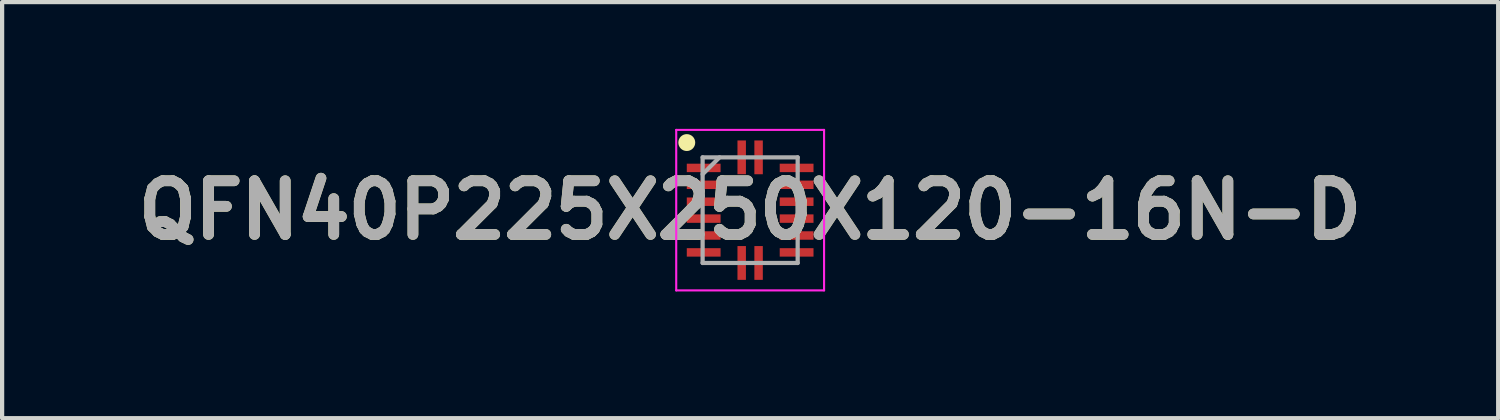
<source format=kicad_pcb>
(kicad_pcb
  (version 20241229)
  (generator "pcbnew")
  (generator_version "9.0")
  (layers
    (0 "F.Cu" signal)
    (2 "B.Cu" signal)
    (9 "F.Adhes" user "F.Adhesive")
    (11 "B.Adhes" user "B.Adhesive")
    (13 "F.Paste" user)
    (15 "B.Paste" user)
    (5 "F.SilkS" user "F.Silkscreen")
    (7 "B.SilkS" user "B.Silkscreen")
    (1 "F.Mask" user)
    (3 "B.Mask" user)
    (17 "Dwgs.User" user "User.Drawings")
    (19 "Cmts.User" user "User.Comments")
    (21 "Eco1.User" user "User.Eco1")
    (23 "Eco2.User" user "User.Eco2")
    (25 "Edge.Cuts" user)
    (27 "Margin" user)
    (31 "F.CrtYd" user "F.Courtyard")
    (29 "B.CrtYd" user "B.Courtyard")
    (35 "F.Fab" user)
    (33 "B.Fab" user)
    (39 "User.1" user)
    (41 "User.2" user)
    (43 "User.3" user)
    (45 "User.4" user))
  (footprint "QFN40P225X250X120-16N-D"
    (layer "F.Cu")
    (at 14.708 1.925)
    (property "Reference" "QFN40P225X250X120-16N-D" (at 0 0 0) (layer "F.SilkS") (effects (font (size 1.27 1.27) (thickness 0.254))))
    (attr smd)
    (fp_circle (center -1.5 -1.6) (end -1.5 -1.5) (stroke (width 0.2) (type solid)) (fill no) (layer "F.SilkS"))
    (fp_line (start -1.75 -1.9) (end 1.75 -1.9) (stroke (width 0.05) (type solid)) (layer "F.CrtYd"))
    (fp_line (start -1.75 1.9) (end -1.75 -1.9) (stroke (width 0.05) (type solid)) (layer "F.CrtYd"))
    (fp_line (start 1.75 -1.9) (end 1.75 1.9) (stroke (width 0.05) (type solid)) (layer "F.CrtYd"))
    (fp_line (start 1.75 1.9) (end -1.75 1.9) (stroke (width 0.05) (type solid)) (layer "F.CrtYd"))
    (fp_line (start -1.125 -1.25) (end 1.125 -1.25) (stroke (width 0.1) (type solid)) (layer "F.Fab"))
    (fp_line (start -1.125 -0.85) (end -0.725 -1.25) (stroke (width 0.1) (type solid)) (layer "F.Fab"))
    (fp_line (start -1.125 1.25) (end -1.125 -1.25) (stroke (width 0.1) (type solid)) (layer "F.Fab"))
    (fp_line (start 1.125 -1.25) (end 1.125 1.25) (stroke (width 0.1) (type solid)) (layer "F.Fab"))
    (fp_line (start 1.125 1.25) (end -1.125 1.25) (stroke (width 0.1) (type solid)) (layer "F.Fab"))
    (fp_text user "${REFERENCE}" (at 0 0 0) (layer "F.Fab") (effects (font (size 1.27 1.27) (thickness 0.254))))
    (pad "1" smd rect (at -1.1 -1 90) (size 0.2 0.8) (layers "F.Cu" "F.Mask" "F.Paste"))
    (pad "2" smd rect (at -1.1 -0.6 90) (size 0.2 0.8) (layers "F.Cu" "F.Mask" "F.Paste"))
    (pad "3" smd rect (at -1.1 -0.2 90) (size 0.2 0.8) (layers "F.Cu" "F.Mask" "F.Paste"))
    (pad "4" smd rect (at -1.1 0.2 90) (size 0.2 0.8) (layers "F.Cu" "F.Mask" "F.Paste"))
    (pad "5" smd rect (at -1.1 0.6 90) (size 0.2 0.8) (layers "F.Cu" "F.Mask" "F.Paste"))
    (pad "6" smd rect (at -1.1 1 90) (size 0.2 0.8) (layers "F.Cu" "F.Mask" "F.Paste"))
    (pad "7" smd rect (at -0.2 1.25) (size 0.2 0.8) (layers "F.Cu" "F.Mask" "F.Paste"))
    (pad "8" smd rect (at 0.2 1.25) (size 0.2 0.8) (layers "F.Cu" "F.Mask" "F.Paste"))
    (pad "9" smd rect (at 1.1 1 90) (size 0.2 0.8) (layers "F.Cu" "F.Mask" "F.Paste"))
    (pad "10" smd rect (at 1.1 0.6 90) (size 0.2 0.8) (layers "F.Cu" "F.Mask" "F.Paste"))
    (pad "11" smd rect (at 1.1 0.2 90) (size 0.2 0.8) (layers "F.Cu" "F.Mask" "F.Paste"))
    (pad "12" smd rect (at 1.1 -0.2 90) (size 0.2 0.8) (layers "F.Cu" "F.Mask" "F.Paste"))
    (pad "13" smd rect (at 1.1 -0.6 90) (size 0.2 0.8) (layers "F.Cu" "F.Mask" "F.Paste"))
    (pad "14" smd rect (at 1.1 -1 90) (size 0.2 0.8) (layers "F.Cu" "F.Mask" "F.Paste"))
    (pad "15" smd rect (at 0.2 -1.25) (size 0.2 0.8) (layers "F.Cu" "F.Mask" "F.Paste"))
    (pad "16" smd rect (at -0.2 -1.25) (size 0.2 0.8) (layers "F.Cu" "F.Mask" "F.Paste")))
  (gr_rect
    (start -3 -3)
    (end 32.416 6.85)
    (stroke (width 0.1) (type default))
    (fill no)
    (layer "Edge.Cuts")))
</source>
